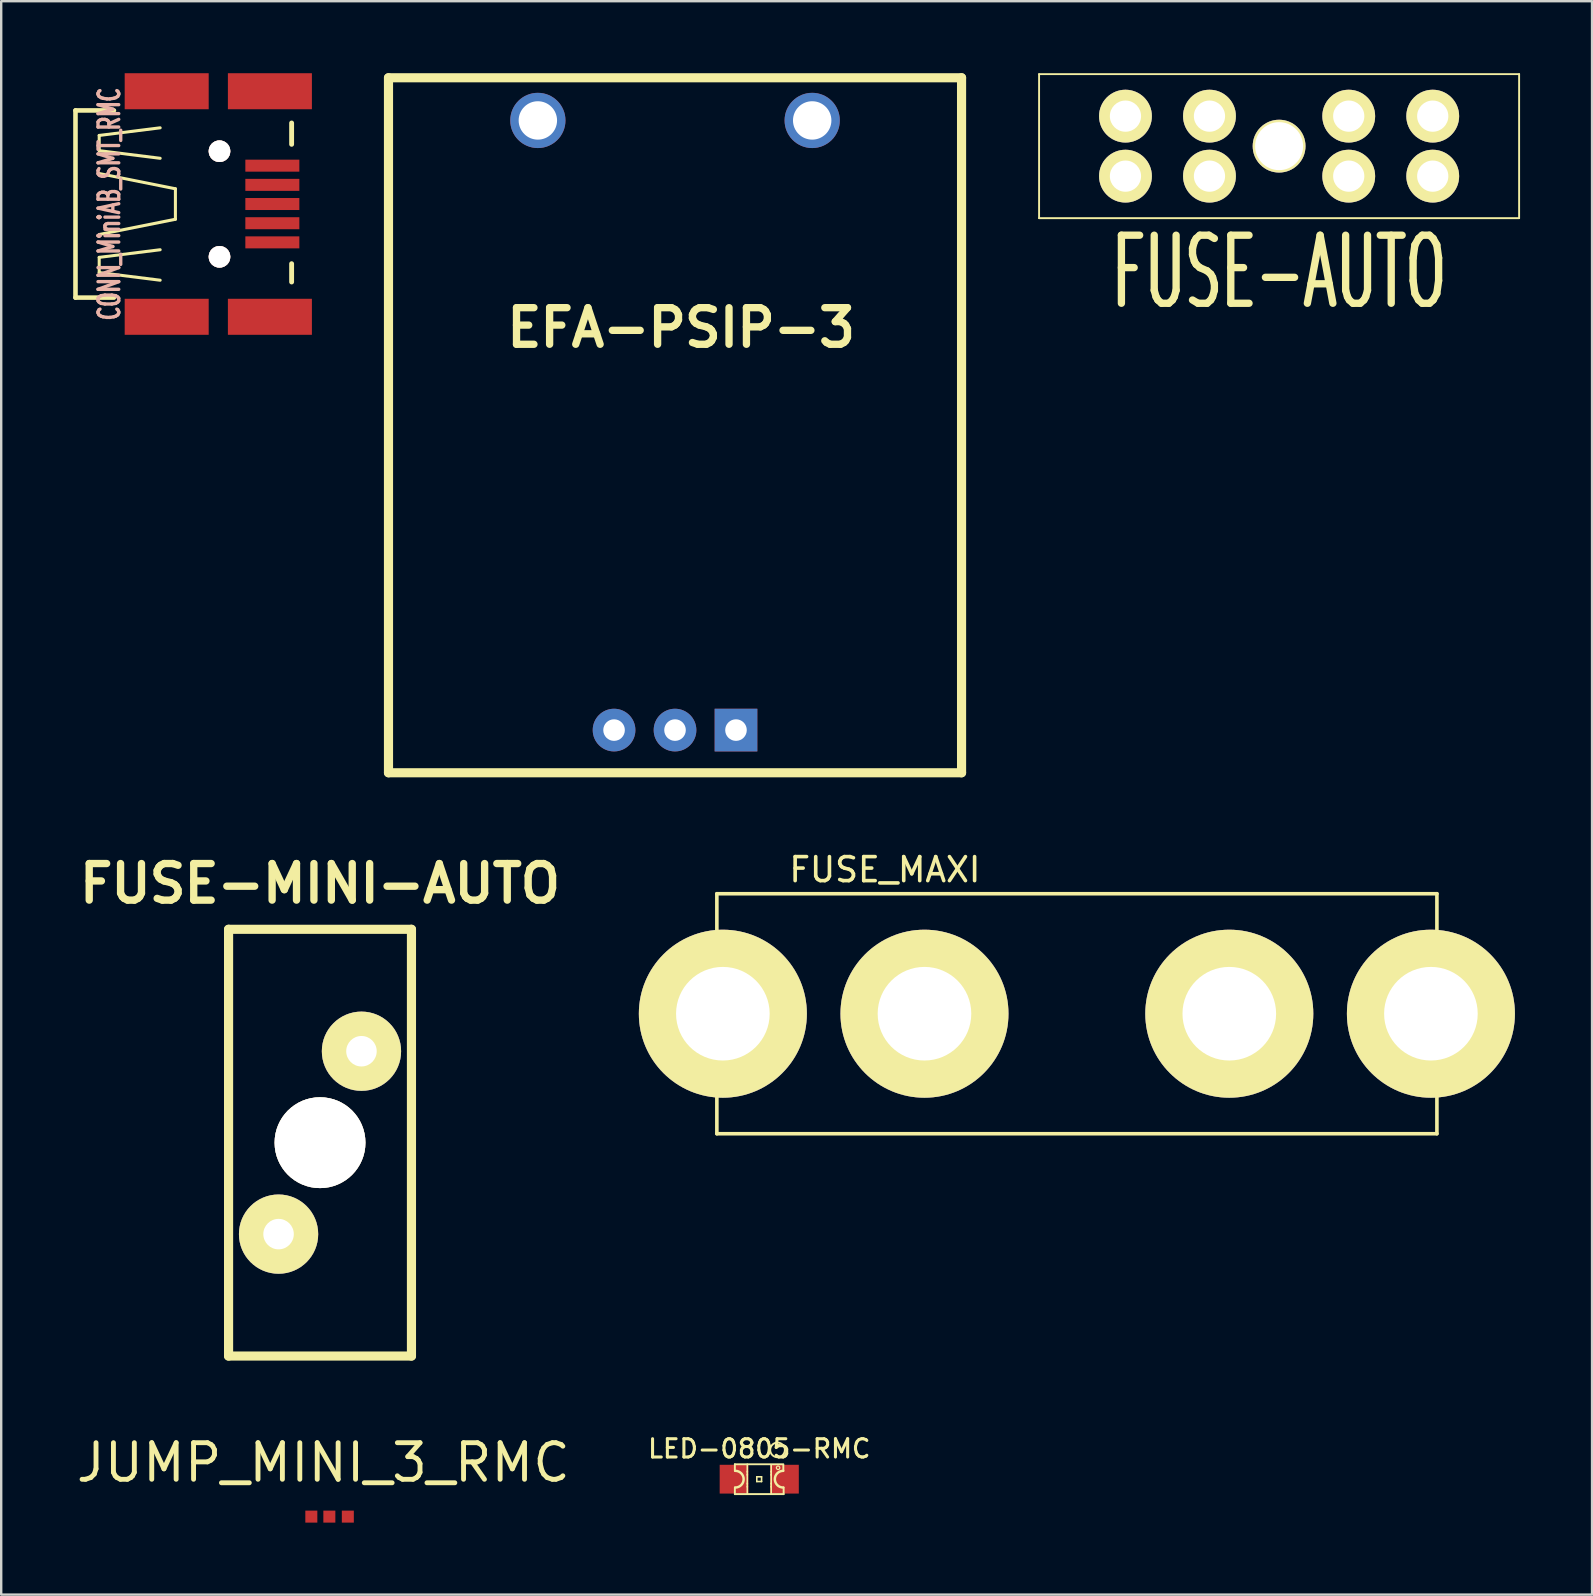
<source format=kicad_pcb>
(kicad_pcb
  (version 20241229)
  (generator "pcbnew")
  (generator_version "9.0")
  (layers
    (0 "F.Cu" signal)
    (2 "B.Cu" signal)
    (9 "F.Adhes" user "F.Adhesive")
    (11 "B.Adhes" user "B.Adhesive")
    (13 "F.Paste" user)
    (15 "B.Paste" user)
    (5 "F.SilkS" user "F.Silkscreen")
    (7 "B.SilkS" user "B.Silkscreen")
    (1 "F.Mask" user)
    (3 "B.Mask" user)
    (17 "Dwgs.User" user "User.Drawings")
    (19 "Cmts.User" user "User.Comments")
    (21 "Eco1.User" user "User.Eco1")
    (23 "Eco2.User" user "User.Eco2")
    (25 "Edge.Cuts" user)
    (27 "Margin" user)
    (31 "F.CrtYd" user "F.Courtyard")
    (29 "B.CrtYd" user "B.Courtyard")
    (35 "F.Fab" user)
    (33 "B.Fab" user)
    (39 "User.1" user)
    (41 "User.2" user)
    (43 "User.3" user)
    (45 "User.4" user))
  (footprint "LED-0805-RMC"
    (layer "F.Cu")
    (at 28.583 58.578)
    (property "Reference" "LED-0805-RMC" (at 0 -1.27 0) (layer "F.SilkS") (effects (font (size 0.762 0.762) (thickness 0.127))))
    (attr smd)
    (fp_line (start -1.016 -0.622) (end -1.016 -0.343) (stroke (width 0.079) (type solid)) (layer "F.SilkS"))
    (fp_line (start -1.016 -0.622) (end 1.003 -0.622) (stroke (width 0.079) (type solid)) (layer "F.SilkS"))
    (fp_line (start -1.016 0.343) (end -1.016 0.622) (stroke (width 0.079) (type solid)) (layer "F.SilkS"))
    (fp_line (start -1.016 0.622) (end 1.016 0.622) (stroke (width 0.079) (type solid)) (layer "F.SilkS"))
    (fp_line (start -0.498 -0.625) (end -0.498 -0.3) (stroke (width 0.066) (type solid)) (layer "F.SilkS"))
    (fp_line (start -0.498 -0.323) (end -0.498 -0.173) (stroke (width 0.066) (type solid)) (layer "F.SilkS"))
    (fp_line (start -0.498 -0.198) (end -0.498 0.198) (stroke (width 0.066) (type solid)) (layer "F.SilkS"))
    (fp_line (start -0.498 0.173) (end -0.498 0.323) (stroke (width 0.066) (type solid)) (layer "F.SilkS"))
    (fp_line (start -0.498 0.3) (end -0.498 0.625) (stroke (width 0.066) (type solid)) (layer "F.SilkS"))
    (fp_line (start -0.102 -0.099) (end -0.102 0.099) (stroke (width 0.066) (type solid)) (layer "F.SilkS"))
    (fp_line (start -0.102 -0.099) (end 0.097 -0.099) (stroke (width 0.066) (type solid)) (layer "F.SilkS"))
    (fp_line (start -0.102 0.099) (end 0.097 0.099) (stroke (width 0.066) (type solid)) (layer "F.SilkS"))
    (fp_line (start 0.097 -0.099) (end 0.097 0.099) (stroke (width 0.066) (type solid)) (layer "F.SilkS"))
    (fp_line (start 0.498 -0.599) (end 0.498 -0.3) (stroke (width 0.066) (type solid)) (layer "F.SilkS"))
    (fp_line (start 0.498 -0.323) (end 0.498 -0.173) (stroke (width 0.066) (type solid)) (layer "F.SilkS"))
    (fp_line (start 0.498 -0.198) (end 0.498 0.198) (stroke (width 0.066) (type solid)) (layer "F.SilkS"))
    (fp_line (start 0.498 0.173) (end 0.498 0.323) (stroke (width 0.066) (type solid)) (layer "F.SilkS"))
    (fp_line (start 0.498 0.3) (end 0.498 0.625) (stroke (width 0.066) (type solid)) (layer "F.SilkS"))
    (fp_line (start 1.003 -0.343) (end 1.003 -0.597) (stroke (width 0.079) (type solid)) (layer "F.SilkS"))
    (fp_line (start 1.016 0.343) (end 1.016 0.622) (stroke (width 0.079) (type solid)) (layer "F.SilkS"))
    (fp_arc (start -0.99822 -0.34798) (mid -0.65024 0) (end -0.99822 0.34798) (stroke (width 0.1016) (type solid)) (layer "F.SilkS"))
    (fp_arc (start 0.99822 0.34798) (mid 0.65024 0) (end 0.99822 -0.34798) (stroke (width 0.1016) (type solid)) (layer "F.SilkS"))
    (fp_circle (center 0.762 -1.219) (end 1.054 -1.13) (stroke (width 0.079) (type solid)) (fill no) (layer "F.SilkS"))
    (fp_circle (center 0.785 -0.475) (end 0.836 -0.526) (stroke (width 0.051) (type solid)) (fill no) (layer "F.SilkS"))
    (pad "1" smd rect (at -1.049 0) (size 1.199 1.199) (layers "F.Cu" "F.Mask" "F.Paste"))
    (pad "2" smd rect (at 1.049 0) (size 1.199 1.199) (layers "F.Cu" "F.Mask" "F.Paste")))
  (footprint "JUMP_MINI_3_RMC"
    (layer "F.Cu")
    (at 10.172 60.138)
    (property "Reference" "JUMP_MINI_3_RMC" (at 0.249 -2.25 0) (layer "F.SilkS") (effects (font (size 1.524 1.524) (thickness 0.203))))
    (attr through_hole)
    (pad "1" smd rect (at -0.251 0) (size 0.5 0.5) (layers "F.Cu" "F.Mask" "F.Paste"))
    (pad "2" smd rect (at 0.5 0) (size 0.5 0.5) (layers "F.Cu" "F.Mask" "F.Paste"))
    (pad "3" smd rect (at 1.27 0) (size 0.5 0.5) (layers "F.Cu" "F.Mask" "F.Paste")))
  (footprint "FUSE-MINI-AUTO"
    (layer "F.Cu")
    (at 10.283 44.558)
    (property "Reference" "FUSE-MINI-AUTO" (at 0 -10.795 0) (layer "F.SilkS") (effects (font (size 1.524 1.524) (thickness 0.305))))
    (attr through_hole)
    (fp_line (start -3.81 -8.89) (end 3.81 -8.89) (stroke (width 0.381) (type solid)) (layer "F.SilkS"))
    (fp_line (start -3.81 8.89) (end -3.81 -8.89) (stroke (width 0.381) (type solid)) (layer "F.SilkS"))
    (fp_line (start 3.81 -8.89) (end 3.81 8.89) (stroke (width 0.381) (type solid)) (layer "F.SilkS"))
    (fp_line (start 3.81 8.89) (end -3.81 8.89) (stroke (width 0.381) (type solid)) (layer "F.SilkS"))
    (pad "" thru_hole circle (at 0 0) (size 3.785 3.785) (drill 3.785) (layers "*.Cu" "*.Mask" "F.SilkS"))
    (pad "1" thru_hole circle (at 1.727 -3.81) (size 3.302 3.302) (drill 1.27) (layers "*.Cu" "*.Mask" "F.SilkS"))
    (pad "2" thru_hole circle (at -1.727 3.81) (size 3.302 3.302) (drill 1.27) (layers "*.Cu" "*.Mask" "F.SilkS")))
  (footprint "EFA-PSIP-3"
    (layer "F.Cu")
    (at 25.074 14.668)
    (property "Reference" "EFA-PSIP-3" (at 0.254 -4.064 0) (layer "F.SilkS") (effects (font (size 1.524 1.524) (thickness 0.305))))
    (attr through_hole)
    (fp_line (start -11.938 -14.478) (end 11.938 -14.478) (stroke (width 0.381) (type solid)) (layer "F.SilkS"))
    (fp_line (start -11.938 14.478) (end -11.938 -14.478) (stroke (width 0.381) (type solid)) (layer "F.SilkS"))
    (fp_line (start 11.938 -14.478) (end 11.938 14.478) (stroke (width 0.381) (type solid)) (layer "F.SilkS"))
    (fp_line (start 11.938 14.478) (end -11.938 14.478) (stroke (width 0.381) (type solid)) (layer "F.SilkS"))
    (pad "0" thru_hole circle (at -5.715 -12.7) (size 2.301 2.301) (drill 1.6) (layers "*.Cu"))
    (pad "0" thru_hole circle (at 5.715 -12.7) (size 2.301 2.301) (drill 1.6) (layers "*.Cu"))
    (pad "1" thru_hole rect (at 2.54 12.7) (size 1.778 1.778) (drill 0.899) (layers "*.Cu"))
    (pad "2" thru_hole circle (at 0 12.7) (size 1.778 1.778) (drill 0.899) (layers "*.Cu"))
    (pad "3" thru_hole circle (at -2.54 12.7) (size 1.778 1.778) (drill 0.899) (layers "*.Cu")))
  (footprint "CONN_MiniAB_SMT_RMC"
    (layer "F.Cu")
    (at 5.696 5.45)
    (property "Reference" "CONN_MiniAB_SMT_RMC" (at -4.191 0 90) (layer "B.SilkS") (effects (font (size 0.864 0.559) (thickness 0.14))))
    (attr smd)
    (fp_line (start -5.601 -3.899) (end -4 -3.899) (stroke (width 0.191) (type solid)) (layer "F.SilkS"))
    (fp_line (start -5.601 3.899) (end -5.601 -3.899) (stroke (width 0.191) (type solid)) (layer "F.SilkS"))
    (fp_line (start -5.601 3.899) (end -4 3.899) (stroke (width 0.191) (type solid)) (layer "F.SilkS"))
    (fp_line (start -4.613 -2.857) (end -4.613 -2.223) (stroke (width 0.127) (type solid)) (layer "F.SilkS"))
    (fp_line (start -4.613 -2.223) (end -2.073 -1.905) (stroke (width 0.127) (type solid)) (layer "F.SilkS"))
    (fp_line (start -4.613 -1.27) (end -1.438 -0.635) (stroke (width 0.127) (type solid)) (layer "F.SilkS"))
    (fp_line (start -4.613 2.223) (end -2.073 1.905) (stroke (width 0.127) (type solid)) (layer "F.SilkS"))
    (fp_line (start -4.613 2.857) (end -4.613 2.223) (stroke (width 0.127) (type solid)) (layer "F.SilkS"))
    (fp_line (start -2.073 -3.175) (end -4.613 -2.857) (stroke (width 0.127) (type solid)) (layer "F.SilkS"))
    (fp_line (start -2.073 3.175) (end -4.613 2.857) (stroke (width 0.127) (type solid)) (layer "F.SilkS"))
    (fp_line (start -1.438 -0.635) (end -1.438 0.635) (stroke (width 0.127) (type solid)) (layer "F.SilkS"))
    (fp_line (start -1.438 0.635) (end -4.613 1.27) (stroke (width 0.127) (type solid)) (layer "F.SilkS"))
    (fp_line (start 3.404 -3.376) (end 3.404 -2.487) (stroke (width 0.203) (type solid)) (layer "F.SilkS"))
    (fp_line (start 3.404 2.487) (end 3.404 3.249) (stroke (width 0.203) (type solid)) (layer "F.SilkS"))
    (pad "1" smd rect (at 2.601 -1.598) (size 2.25 0.5) (layers "F.Cu" "F.Mask" "F.Paste"))
    (pad "2" smd rect (at 2.601 -0.798) (size 2.25 0.5) (layers "F.Cu" "F.Mask" "F.Paste"))
    (pad "3" smd rect (at 2.601 0) (size 2.25 0.5) (layers "F.Cu" "F.Mask" "F.Paste"))
    (pad "4" smd rect (at 2.601 1.598) (size 2.25 0.5) (layers "F.Cu" "F.Mask" "F.Paste"))
    (pad "5" smd rect (at -1.801 -4.699) (size 3.5 1.501) (layers "F.Cu" "F.Mask" "F.Paste"))
    (pad "5" smd rect (at -1.801 4.699) (size 3.5 1.501) (layers "F.Cu" "F.Mask" "F.Paste"))
    (pad "5" smd rect (at 2.499 -4.699) (size 3.5 1.501) (layers "F.Cu" "F.Mask" "F.Paste"))
    (pad "5" smd rect (at 2.499 4.699) (size 3.5 1.501) (layers "F.Cu" "F.Mask" "F.Paste"))
    (pad "6" smd rect (at 2.601 0.8) (size 2.25 0.5) (layers "F.Cu" "F.Mask" "F.Paste"))
    (pad "7" thru_hole circle (at 0.399 -2.2) (size 0.899 0.899) (drill 0.899) (layers "*.Cu" "*.SilkS" "*.Mask"))
    (pad "7" thru_hole circle (at 0.399 2.2) (size 0.899 0.899) (drill 0.899) (layers "*.Cu" "*.SilkS" "*.Mask")))
  (footprint "FUSE-AUTO"
    (layer "F.Cu")
    (at 50.242 3.039)
    (property "Reference" "FUSE-AUTO" (at 0 5.25 0) (layer "F.SilkS") (effects (font (size 2.835 1.595) (thickness 0.305))))
    (attr through_hole)
    (fp_line (start -10 -3) (end -10 3) (stroke (width 0.079) (type solid)) (layer "F.SilkS"))
    (fp_line (start -10 -3) (end 10 -3) (stroke (width 0.079) (type solid)) (layer "F.SilkS"))
    (fp_line (start 10 -3) (end 10 3) (stroke (width 0.079) (type solid)) (layer "F.SilkS"))
    (fp_line (start 10 3) (end -10 3) (stroke (width 0.079) (type solid)) (layer "F.SilkS"))
    (pad "" thru_hole circle (at 0 0) (size 2.2 2.2) (drill 1.999) (layers "*.Cu" "*.Mask" "F.SilkS"))
    (pad "1" thru_hole circle (at -6.401 -1.25) (size 2.2 2.2) (drill 1.3) (layers "*.Cu" "*.Mask" "F.SilkS"))
    (pad "1" thru_hole circle (at -6.401 1.25) (size 2.2 2.2) (drill 1.3) (layers "*.Cu" "*.Mask" "F.SilkS"))
    (pad "1" thru_hole circle (at -2.901 -1.25) (size 2.2 2.2) (drill 1.3) (layers "*.Cu" "*.Mask" "F.SilkS"))
    (pad "1" thru_hole circle (at -2.901 1.25) (size 2.2 2.2) (drill 1.3) (layers "*.Cu" "*.Mask" "F.SilkS"))
    (pad "2" thru_hole circle (at 2.901 -1.25) (size 2.2 2.2) (drill 1.3) (layers "*.Cu" "*.Mask" "F.SilkS"))
    (pad "2" thru_hole circle (at 2.901 1.25) (size 2.2 2.2) (drill 1.3) (layers "*.Cu" "*.Mask" "F.SilkS"))
    (pad "2" thru_hole circle (at 6.401 -1.25) (size 2.2 2.2) (drill 1.3) (layers "*.Cu" "*.Mask" "F.SilkS"))
    (pad "2" thru_hole circle (at 6.401 1.25) (size 2.2 2.2) (drill 1.3) (layers "*.Cu" "*.Mask" "F.SilkS")))
  (footprint "FUSE_MAXI"
    (layer "F.Cu")
    (at 41.817 39.185)
    (property "Reference" "FUSE_MAXI" (at -8 -6 0) (layer "F.SilkS") (effects (font (size 1 1) (thickness 0.15))))
    (attr through_hole)
    (fp_line (start -15 -5) (end 15 -5) (stroke (width 0.15) (type solid)) (layer "F.SilkS"))
    (fp_line (start -15 5) (end -15 -5) (stroke (width 0.15) (type solid)) (layer "F.SilkS"))
    (fp_line (start 15 -5) (end 15 5) (stroke (width 0.15) (type solid)) (layer "F.SilkS"))
    (fp_line (start 15 5) (end -15 5) (stroke (width 0.15) (type solid)) (layer "F.SilkS"))
    (pad "1" thru_hole circle (at -14.75 0) (size 7 7) (drill 3.9) (layers "*.Cu" "*.Mask" "F.SilkS"))
    (pad "1" thru_hole circle (at -6.35 0) (size 7 7) (drill 3.9) (layers "*.Cu" "*.Mask" "F.SilkS"))
    (pad "2" thru_hole circle (at 6.35 0) (size 7 7) (drill 3.9) (layers "*.Cu" "*.Mask" "F.SilkS"))
    (pad "2" thru_hole circle (at 14.75 0) (size 7 7) (drill 3.9) (layers "*.Cu" "*.Mask" "F.SilkS")))
  (gr_rect
    (start -3 -3)
    (end 63.281 63.388)
    (stroke (width 0.1) (type default))
    (fill no)
    (layer "Edge.Cuts")))
</source>
